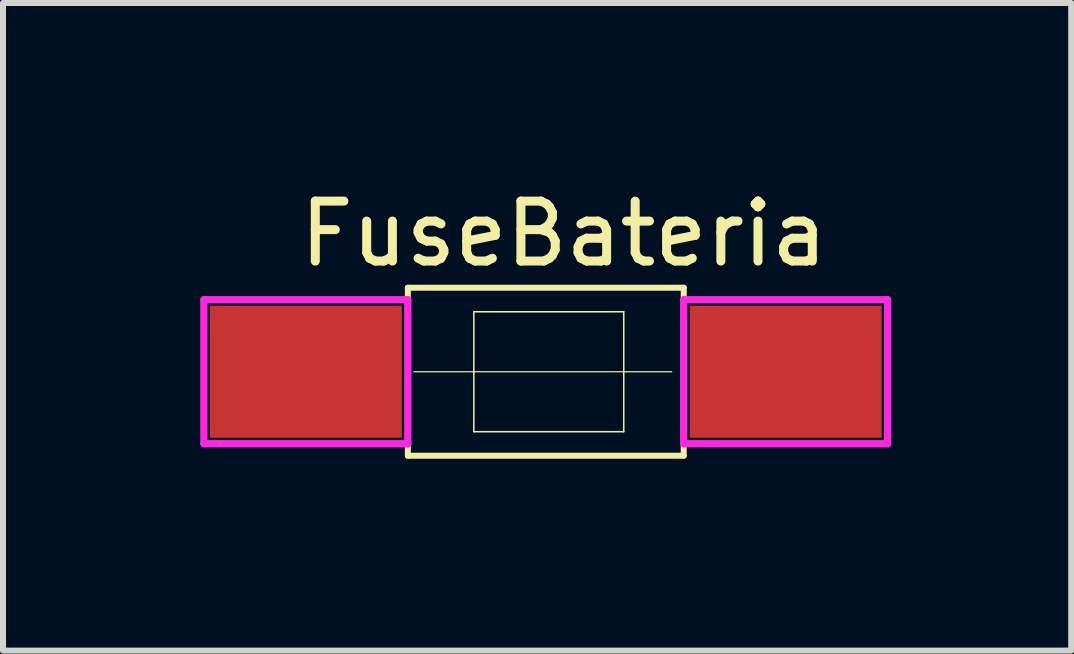
<source format=kicad_pcb>
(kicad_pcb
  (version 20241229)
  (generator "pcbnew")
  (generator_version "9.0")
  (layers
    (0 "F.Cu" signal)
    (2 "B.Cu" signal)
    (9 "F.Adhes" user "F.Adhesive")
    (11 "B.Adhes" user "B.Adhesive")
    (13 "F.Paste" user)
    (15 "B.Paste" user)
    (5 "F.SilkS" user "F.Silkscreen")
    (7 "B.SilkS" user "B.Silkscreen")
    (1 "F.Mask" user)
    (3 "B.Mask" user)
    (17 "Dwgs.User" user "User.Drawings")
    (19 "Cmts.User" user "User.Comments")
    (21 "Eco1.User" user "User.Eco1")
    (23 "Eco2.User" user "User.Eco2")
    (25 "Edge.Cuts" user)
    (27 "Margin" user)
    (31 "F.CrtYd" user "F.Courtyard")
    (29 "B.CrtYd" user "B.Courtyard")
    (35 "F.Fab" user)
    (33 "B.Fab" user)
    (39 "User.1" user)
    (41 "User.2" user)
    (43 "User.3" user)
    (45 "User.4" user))
  (footprint "FuseBateria"
    (layer "F.Cu")
    (at 0.25 4.548)
    (property "Reference" "FuseBateria" (at 6.1 -3.7 0) (layer "F.SilkS") (effects (font (size 1 1) (thickness 0.15))))
    (attr through_hole)
    (fp_line (start 0.1 -2.6) (end 3.5 -2.6) (stroke (width 0.1) (type solid)) (layer "F.SilkS"))
    (fp_line (start 0.1 -0.2) (end 0.1 -2.6) (stroke (width 0.1) (type solid)) (layer "F.SilkS"))
    (fp_line (start 0.1 -0.2) (end 3.5 -0.2) (stroke (width 0.1) (type solid)) (layer "F.SilkS"))
    (fp_line (start 3.5 -2.8) (end 8.1 -2.8) (stroke (width 0.1) (type solid)) (layer "F.SilkS"))
    (fp_line (start 3.5 -2.6) (end 3.5 -0.2) (stroke (width 0.1) (type solid)) (layer "F.SilkS"))
    (fp_line (start 3.5 -2.5) (end 3.5 -2.8) (stroke (width 0.1) (type solid)) (layer "F.SilkS"))
    (fp_line (start 3.5 -0.2) (end 3.5 0) (stroke (width 0.1) (type solid)) (layer "F.SilkS"))
    (fp_line (start 3.6 -1.4) (end 7.9 -1.4) (stroke (width 0.02) (type solid)) (layer "F.SilkS"))
    (fp_line (start 4.6 -2.4) (end 7.1 -2.4) (stroke (width 0.025) (type solid)) (layer "F.SilkS"))
    (fp_line (start 4.6 -1.4) (end 4.6 -2.4) (stroke (width 0.025) (type solid)) (layer "F.SilkS"))
    (fp_line (start 4.6 -0.4) (end 4.6 -1.4) (stroke (width 0.025) (type solid)) (layer "F.SilkS"))
    (fp_line (start 7.1 -2.4) (end 7.1 -1.4) (stroke (width 0.025) (type solid)) (layer "F.SilkS"))
    (fp_line (start 7.1 -1.4) (end 7.1 -0.4) (stroke (width 0.025) (type solid)) (layer "F.SilkS"))
    (fp_line (start 7.1 -0.4) (end 4.6 -0.4) (stroke (width 0.025) (type solid)) (layer "F.SilkS"))
    (fp_line (start 8.1 -2.6) (end 11.5 -2.6) (stroke (width 0.1) (type solid)) (layer "F.SilkS"))
    (fp_line (start 8.1 -0.2) (end 11.5 -0.2) (stroke (width 0.1) (type solid)) (layer "F.SilkS"))
    (fp_line (start 8.1 0) (end 3.5 0) (stroke (width 0.1) (type solid)) (layer "F.SilkS"))
    (fp_line (start 8.1 0) (end 8.1 -2.8) (stroke (width 0.1) (type solid)) (layer "F.SilkS"))
    (fp_line (start 11.5 -2.6) (end 11.5 -0.2) (stroke (width 0.1) (type solid)) (layer "F.SilkS"))
    (fp_line (start 0.1 -2.6) (end 3.5 -2.6) (stroke (width 0.12) (type solid)) (layer "F.CrtYd"))
    (fp_line (start 0.1 -0.2) (end 0.1 -2.6) (stroke (width 0.12) (type solid)) (layer "F.CrtYd"))
    (fp_line (start 3.5 -2.6) (end 3.5 -0.2) (stroke (width 0.12) (type solid)) (layer "F.CrtYd"))
    (fp_line (start 3.5 -0.2) (end 0.1 -0.2) (stroke (width 0.12) (type solid)) (layer "F.CrtYd"))
    (fp_line (start 8.1 -2.6) (end 11.5 -2.6) (stroke (width 0.12) (type solid)) (layer "F.CrtYd"))
    (fp_line (start 8.1 -0.2) (end 8.1 -2.6) (stroke (width 0.12) (type solid)) (layer "F.CrtYd"))
    (fp_line (start 11.5 -2.6) (end 11.5 -0.2) (stroke (width 0.12) (type solid)) (layer "F.CrtYd"))
    (fp_line (start 11.5 -0.2) (end 8.1 -0.2) (stroke (width 0.12) (type solid)) (layer "F.CrtYd"))
    (pad "1" smd rect (at 1.8 -1.4 90) (size 2.2 3.2) (layers "F.Cu" "F.Mask" "F.Paste"))
    (pad "2" smd rect (at 9.8 -1.4 90) (size 2.2 3.2) (layers "F.Cu" "F.Mask" "F.Paste")))
  (gr_rect
    (start -3 -3)
    (end 14.81 7.798)
    (stroke (width 0.1) (type default))
    (fill no)
    (layer "Edge.Cuts")))
</source>
